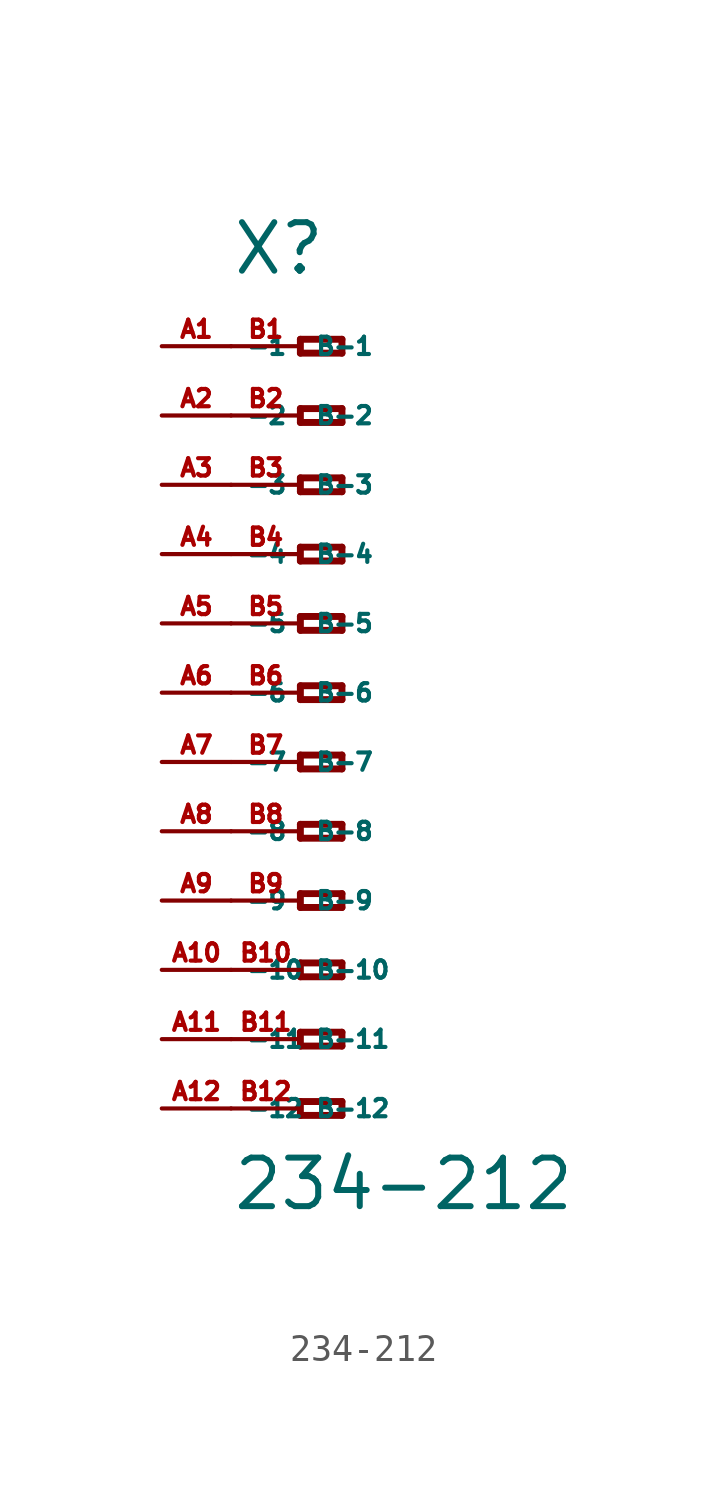
<source format=kicad_sym>
(kicad_symbol_lib
  (version 20220914)
  (generator Eagle2Kicad)
  (symbol "234-212"
    (property "Reference" "X"
      (at -5.08 15.24 0)
      (effects (font (size 1.778 1.778) (thickness 0.22)) (justify left bottom)))
    (property "Value" "234-212"
      (at -5.08 -19.05 0)
      (effects (font (size 1.778 1.778) (thickness 0.22)) (justify left bottom)))
    (polyline
      (pts (xy -2.54 12.954) (xy -2.54 12.446))
      (stroke (width 0.254) (type default))
      (fill (type none)))
    (polyline
      (pts (xy -2.54 12.446) (xy -1.016 12.446))
      (stroke (width 0.254) (type default))
      (fill (type none)))
    (polyline
      (pts (xy -1.016 12.446) (xy -1.016 12.954))
      (stroke (width 0.254) (type default))
      (fill (type none)))
    (polyline
      (pts (xy -1.016 12.954) (xy -2.54 12.954))
      (stroke (width 0.254) (type default))
      (fill (type none)))
    (polyline
      (pts (xy -2.54 10.414) (xy -2.54 9.906))
      (stroke (width 0.254) (type default))
      (fill (type none)))
    (polyline
      (pts (xy -2.54 9.906) (xy -1.016 9.906))
      (stroke (width 0.254) (type default))
      (fill (type none)))
    (polyline
      (pts (xy -1.016 9.906) (xy -1.016 10.414))
      (stroke (width 0.254) (type default))
      (fill (type none)))
    (polyline
      (pts (xy -1.016 10.414) (xy -2.54 10.414))
      (stroke (width 0.254) (type default))
      (fill (type none)))
    (polyline
      (pts (xy -2.54 7.874) (xy -2.54 7.366))
      (stroke (width 0.254) (type default))
      (fill (type none)))
    (polyline
      (pts (xy -2.54 7.366) (xy -1.016 7.366))
      (stroke (width 0.254) (type default))
      (fill (type none)))
    (polyline
      (pts (xy -1.016 7.366) (xy -1.016 7.874))
      (stroke (width 0.254) (type default))
      (fill (type none)))
    (polyline
      (pts (xy -1.016 7.874) (xy -2.54 7.874))
      (stroke (width 0.254) (type default))
      (fill (type none)))
    (polyline
      (pts (xy -2.54 5.334) (xy -2.54 4.826))
      (stroke (width 0.254) (type default))
      (fill (type none)))
    (polyline
      (pts (xy -2.54 4.826) (xy -1.016 4.826))
      (stroke (width 0.254) (type default))
      (fill (type none)))
    (polyline
      (pts (xy -1.016 4.826) (xy -1.016 5.334))
      (stroke (width 0.254) (type default))
      (fill (type none)))
    (polyline
      (pts (xy -1.016 5.334) (xy -2.54 5.334))
      (stroke (width 0.254) (type default))
      (fill (type none)))
    (polyline
      (pts (xy -2.54 2.794) (xy -2.54 2.286))
      (stroke (width 0.254) (type default))
      (fill (type none)))
    (polyline
      (pts (xy -2.54 2.286) (xy -1.016 2.286))
      (stroke (width 0.254) (type default))
      (fill (type none)))
    (polyline
      (pts (xy -1.016 2.286) (xy -1.016 2.794))
      (stroke (width 0.254) (type default))
      (fill (type none)))
    (polyline
      (pts (xy -1.016 2.794) (xy -2.54 2.794))
      (stroke (width 0.254) (type default))
      (fill (type none)))
    (polyline
      (pts (xy -2.54 0.254) (xy -2.54 -0.254))
      (stroke (width 0.254) (type default))
      (fill (type none)))
    (polyline
      (pts (xy -2.54 -0.254) (xy -1.016 -0.254))
      (stroke (width 0.254) (type default))
      (fill (type none)))
    (polyline
      (pts (xy -1.016 -0.254) (xy -1.016 0.254))
      (stroke (width 0.254) (type default))
      (fill (type none)))
    (polyline
      (pts (xy -1.016 0.254) (xy -2.54 0.254))
      (stroke (width 0.254) (type default))
      (fill (type none)))
    (polyline
      (pts (xy -2.54 -2.286) (xy -2.54 -2.794))
      (stroke (width 0.254) (type default))
      (fill (type none)))
    (polyline
      (pts (xy -2.54 -2.794) (xy -1.016 -2.794))
      (stroke (width 0.254) (type default))
      (fill (type none)))
    (polyline
      (pts (xy -1.016 -2.794) (xy -1.016 -2.286))
      (stroke (width 0.254) (type default))
      (fill (type none)))
    (polyline
      (pts (xy -1.016 -2.286) (xy -2.54 -2.286))
      (stroke (width 0.254) (type default))
      (fill (type none)))
    (polyline
      (pts (xy -2.54 -4.826) (xy -2.54 -5.334))
      (stroke (width 0.254) (type default))
      (fill (type none)))
    (polyline
      (pts (xy -2.54 -5.334) (xy -1.016 -5.334))
      (stroke (width 0.254) (type default))
      (fill (type none)))
    (polyline
      (pts (xy -1.016 -5.334) (xy -1.016 -4.826))
      (stroke (width 0.254) (type default))
      (fill (type none)))
    (polyline
      (pts (xy -1.016 -4.826) (xy -2.54 -4.826))
      (stroke (width 0.254) (type default))
      (fill (type none)))
    (polyline
      (pts (xy -2.54 -7.366) (xy -2.54 -7.874))
      (stroke (width 0.254) (type default))
      (fill (type none)))
    (polyline
      (pts (xy -2.54 -7.874) (xy -1.016 -7.874))
      (stroke (width 0.254) (type default))
      (fill (type none)))
    (polyline
      (pts (xy -1.016 -7.874) (xy -1.016 -7.366))
      (stroke (width 0.254) (type default))
      (fill (type none)))
    (polyline
      (pts (xy -1.016 -7.366) (xy -2.54 -7.366))
      (stroke (width 0.254) (type default))
      (fill (type none)))
    (polyline
      (pts (xy -2.54 -9.906) (xy -2.54 -10.414))
      (stroke (width 0.254) (type default))
      (fill (type none)))
    (polyline
      (pts (xy -2.54 -10.414) (xy -1.016 -10.414))
      (stroke (width 0.254) (type default))
      (fill (type none)))
    (polyline
      (pts (xy -1.016 -10.414) (xy -1.016 -9.906))
      (stroke (width 0.254) (type default))
      (fill (type none)))
    (polyline
      (pts (xy -1.016 -9.906) (xy -2.54 -9.906))
      (stroke (width 0.254) (type default))
      (fill (type none)))
    (polyline
      (pts (xy -2.54 -12.446) (xy -2.54 -12.954))
      (stroke (width 0.254) (type default))
      (fill (type none)))
    (polyline
      (pts (xy -2.54 -12.954) (xy -1.016 -12.954))
      (stroke (width 0.254) (type default))
      (fill (type none)))
    (polyline
      (pts (xy -1.016 -12.954) (xy -1.016 -12.446))
      (stroke (width 0.254) (type default))
      (fill (type none)))
    (polyline
      (pts (xy -1.016 -12.446) (xy -2.54 -12.446))
      (stroke (width 0.254) (type default))
      (fill (type none)))
    (polyline
      (pts (xy -2.54 -14.986) (xy -2.54 -15.494))
      (stroke (width 0.254) (type default))
      (fill (type none)))
    (polyline
      (pts (xy -2.54 -15.494) (xy -1.016 -15.494))
      (stroke (width 0.254) (type default))
      (fill (type none)))
    (polyline
      (pts (xy -1.016 -15.494) (xy -1.016 -14.986))
      (stroke (width 0.254) (type default))
      (fill (type none)))
    (polyline
      (pts (xy -1.016 -14.986) (xy -2.54 -14.986))
      (stroke (width 0.254) (type default))
      (fill (type none)))
    (pin passive line
      (at -7.62 12.7 0)
      (length 2.54)
      (name "-1" (effects (font (size 0.635 0.635) (thickness 0.08)) (justify left bottom)))
      (number "A1" (effects (font (size 0.635 0.635) (thickness 0.08)) (justify left bottom))))
    (pin passive line
      (at -7.62 10.16 0)
      (length 2.54)
      (name "-2" (effects (font (size 0.635 0.635) (thickness 0.08)) (justify left bottom)))
      (number "A2" (effects (font (size 0.635 0.635) (thickness 0.08)) (justify left bottom))))
    (pin passive line
      (at -7.62 7.62 0)
      (length 2.54)
      (name "-3" (effects (font (size 0.635 0.635) (thickness 0.08)) (justify left bottom)))
      (number "A3" (effects (font (size 0.635 0.635) (thickness 0.08)) (justify left bottom))))
    (pin passive line
      (at -7.62 5.08 0)
      (length 2.54)
      (name "-4" (effects (font (size 0.635 0.635) (thickness 0.08)) (justify left bottom)))
      (number "A4" (effects (font (size 0.635 0.635) (thickness 0.08)) (justify left bottom))))
    (pin passive line
      (at -7.62 2.54 0)
      (length 2.54)
      (name "-5" (effects (font (size 0.635 0.635) (thickness 0.08)) (justify left bottom)))
      (number "A5" (effects (font (size 0.635 0.635) (thickness 0.08)) (justify left bottom))))
    (pin passive line
      (at -7.62 0 0)
      (length 2.54)
      (name "-6" (effects (font (size 0.635 0.635) (thickness 0.08)) (justify left bottom)))
      (number "A6" (effects (font (size 0.635 0.635) (thickness 0.08)) (justify left bottom))))
    (pin passive line
      (at -7.62 -2.54 0)
      (length 2.54)
      (name "-7" (effects (font (size 0.635 0.635) (thickness 0.08)) (justify left bottom)))
      (number "A7" (effects (font (size 0.635 0.635) (thickness 0.08)) (justify left bottom))))
    (pin passive line
      (at -7.62 -5.08 0)
      (length 2.54)
      (name "-8" (effects (font (size 0.635 0.635) (thickness 0.08)) (justify left bottom)))
      (number "A8" (effects (font (size 0.635 0.635) (thickness 0.08)) (justify left bottom))))
    (pin passive line
      (at -7.62 -7.62 0)
      (length 2.54)
      (name "-9" (effects (font (size 0.635 0.635) (thickness 0.08)) (justify left bottom)))
      (number "A9" (effects (font (size 0.635 0.635) (thickness 0.08)) (justify left bottom))))
    (pin passive line
      (at -7.62 -10.16 0)
      (length 2.54)
      (name "-10" (effects (font (size 0.635 0.635) (thickness 0.08)) (justify left bottom)))
      (number "A10" (effects (font (size 0.635 0.635) (thickness 0.08)) (justify left bottom))))
    (pin passive line
      (at -7.62 -12.7 0)
      (length 2.54)
      (name "-11" (effects (font (size 0.635 0.635) (thickness 0.08)) (justify left bottom)))
      (number "A11" (effects (font (size 0.635 0.635) (thickness 0.08)) (justify left bottom))))
    (pin passive line
      (at -7.62 -15.24 0)
      (length 2.54)
      (name "-12" (effects (font (size 0.635 0.635) (thickness 0.08)) (justify left bottom)))
      (number "A12" (effects (font (size 0.635 0.635) (thickness 0.08)) (justify left bottom))))
    (pin passive line
      (at -5.08 -15.24 0)
      (length 2.54)
      (name "B-12" (effects (font (size 0.635 0.635) (thickness 0.08)) (justify left bottom)))
      (number "B12" (effects (font (size 0.635 0.635) (thickness 0.08)) (justify left bottom))))
    (pin passive line
      (at -5.08 12.7 0)
      (length 2.54)
      (name "B-1" (effects (font (size 0.635 0.635) (thickness 0.08)) (justify left bottom)))
      (number "B1" (effects (font (size 0.635 0.635) (thickness 0.08)) (justify left bottom))))
    (pin passive line
      (at -5.08 10.16 0)
      (length 2.54)
      (name "B-2" (effects (font (size 0.635 0.635) (thickness 0.08)) (justify left bottom)))
      (number "B2" (effects (font (size 0.635 0.635) (thickness 0.08)) (justify left bottom))))
    (pin passive line
      (at -5.08 7.62 0)
      (length 2.54)
      (name "B-3" (effects (font (size 0.635 0.635) (thickness 0.08)) (justify left bottom)))
      (number "B3" (effects (font (size 0.635 0.635) (thickness 0.08)) (justify left bottom))))
    (pin passive line
      (at -5.08 5.08 0)
      (length 2.54)
      (name "B-4" (effects (font (size 0.635 0.635) (thickness 0.08)) (justify left bottom)))
      (number "B4" (effects (font (size 0.635 0.635) (thickness 0.08)) (justify left bottom))))
    (pin passive line
      (at -5.08 2.54 0)
      (length 2.54)
      (name "B-5" (effects (font (size 0.635 0.635) (thickness 0.08)) (justify left bottom)))
      (number "B5" (effects (font (size 0.635 0.635) (thickness 0.08)) (justify left bottom))))
    (pin passive line
      (at -5.08 0 0)
      (length 2.54)
      (name "B-6" (effects (font (size 0.635 0.635) (thickness 0.08)) (justify left bottom)))
      (number "B6" (effects (font (size 0.635 0.635) (thickness 0.08)) (justify left bottom))))
    (pin passive line
      (at -5.08 -2.54 0)
      (length 2.54)
      (name "B-7" (effects (font (size 0.635 0.635) (thickness 0.08)) (justify left bottom)))
      (number "B7" (effects (font (size 0.635 0.635) (thickness 0.08)) (justify left bottom))))
    (pin passive line
      (at -5.08 -5.08 0)
      (length 2.54)
      (name "B-8" (effects (font (size 0.635 0.635) (thickness 0.08)) (justify left bottom)))
      (number "B8" (effects (font (size 0.635 0.635) (thickness 0.08)) (justify left bottom))))
    (pin passive line
      (at -5.08 -7.62 0)
      (length 2.54)
      (name "B-9" (effects (font (size 0.635 0.635) (thickness 0.08)) (justify left bottom)))
      (number "B9" (effects (font (size 0.635 0.635) (thickness 0.08)) (justify left bottom))))
    (pin passive line
      (at -5.08 -10.16 0)
      (length 2.54)
      (name "B-10" (effects (font (size 0.635 0.635) (thickness 0.08)) (justify left bottom)))
      (number "B10" (effects (font (size 0.635 0.635) (thickness 0.08)) (justify left bottom))))
    (pin passive line
      (at -5.08 -12.7 0)
      (length 2.54)
      (name "B-11" (effects (font (size 0.635 0.635) (thickness 0.08)) (justify left bottom)))
      (number "B11" (effects (font (size 0.635 0.635) (thickness 0.08)) (justify left bottom))))))
</source>
